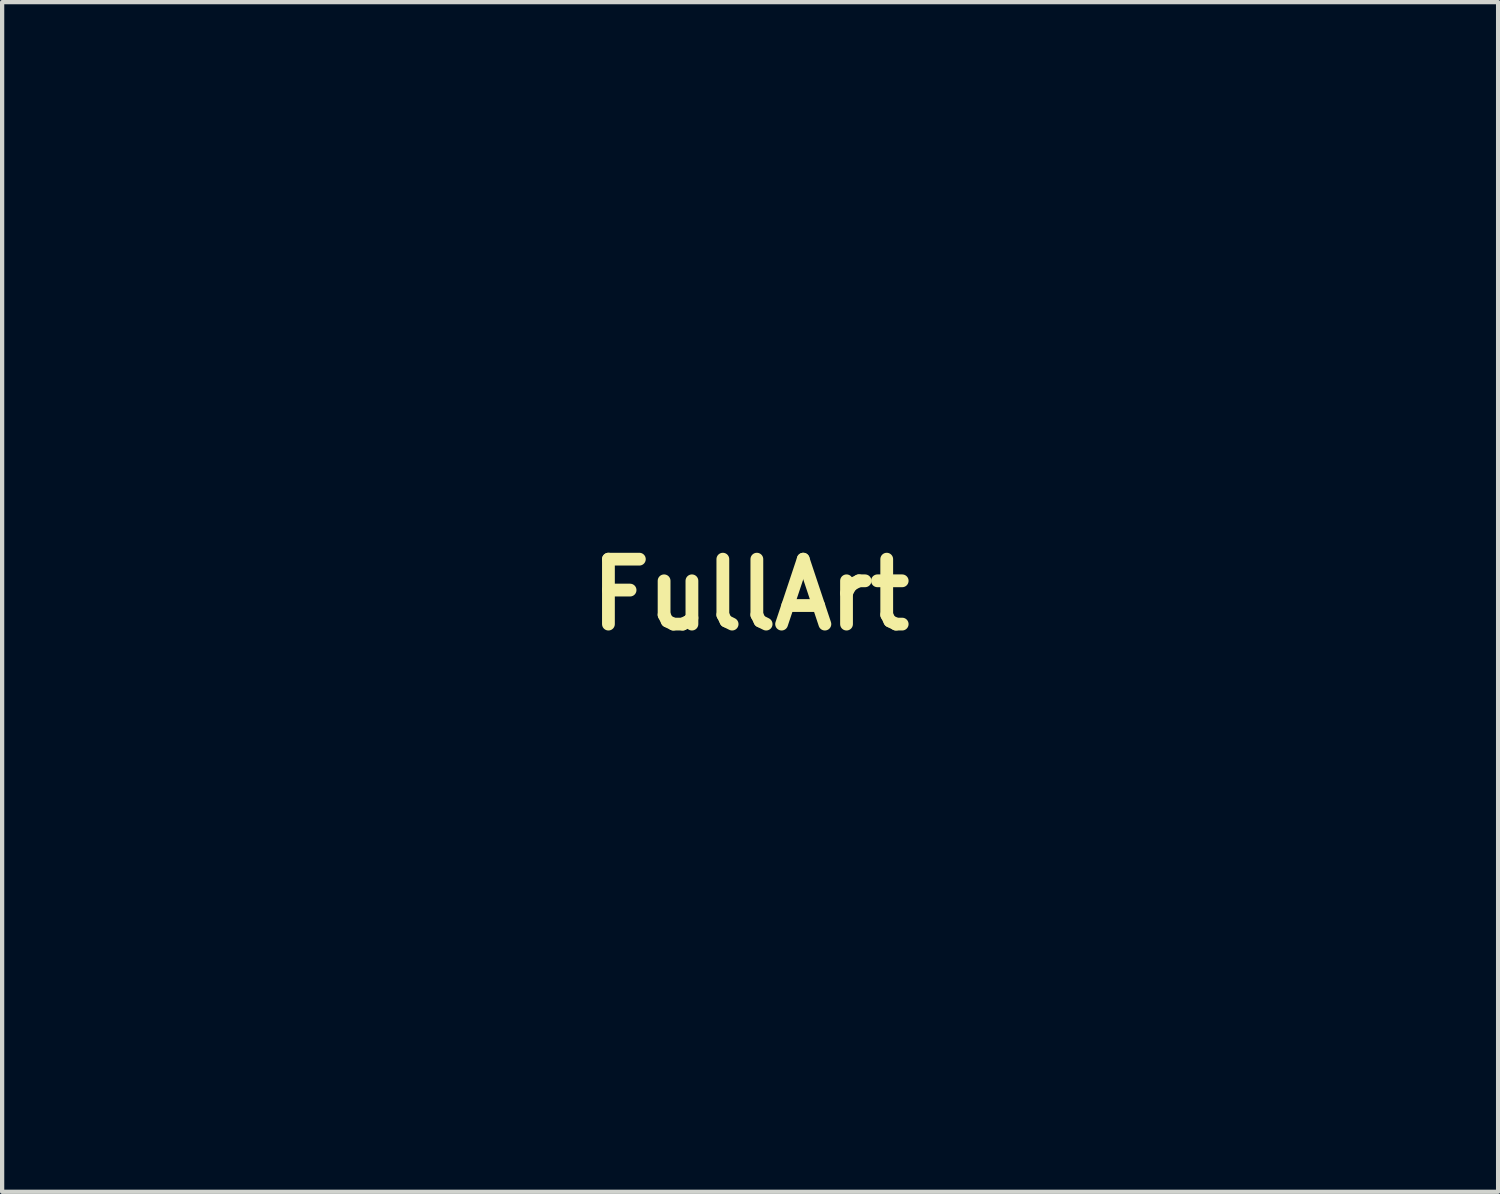
<source format=kicad_pcb>
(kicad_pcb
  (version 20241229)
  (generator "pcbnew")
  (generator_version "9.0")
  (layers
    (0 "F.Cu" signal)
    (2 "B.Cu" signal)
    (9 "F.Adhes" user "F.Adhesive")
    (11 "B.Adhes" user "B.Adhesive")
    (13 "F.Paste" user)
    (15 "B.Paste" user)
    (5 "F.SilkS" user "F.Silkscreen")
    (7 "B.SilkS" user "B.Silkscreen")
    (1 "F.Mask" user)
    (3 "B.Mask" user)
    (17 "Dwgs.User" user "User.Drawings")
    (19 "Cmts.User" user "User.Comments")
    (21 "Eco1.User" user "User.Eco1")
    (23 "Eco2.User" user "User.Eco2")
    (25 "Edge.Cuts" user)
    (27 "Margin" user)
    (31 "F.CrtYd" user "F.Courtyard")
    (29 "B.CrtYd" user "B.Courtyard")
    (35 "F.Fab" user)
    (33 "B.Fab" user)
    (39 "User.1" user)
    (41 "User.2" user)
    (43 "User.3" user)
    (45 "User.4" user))
  (footprint "FullArt"
    (layer "F.Cu")
    (at 14.568 10.908)
    (property "Reference" "FullArt" (at 0 0 0) (layer "F.SilkS") (effects (font (size 1.524 1.524) (thickness 0.3))))
    (attr through_hole)
    (fp_poly (pts (xy -2.244 -7.217) (xy -2.147 -7.125) (xy -2.122 -6.984) (xy -2.13 -6.946) (xy -2.216 -6.841) (xy -2.345 -6.81) (xy -2.44 -6.854) (xy -2.483 -6.969) (xy -2.463 -7.112) (xy -2.392 -7.213) (xy -2.376 -7.221)) (stroke (width 0) (type solid)) (fill yes) (layer "F.Mask"))
    (fp_poly (pts (xy 0.732 -8.797) (xy 0.921 -8.754) (xy 1.001 -8.668) (xy 0.987 -8.531) (xy 0.917 -8.426) (xy 0.793 -8.419) (xy 0.679 -8.417) (xy 0.631 -8.33) (xy 0.624 -8.282) (xy 0.558 -8.145) (xy 0.434 -8.092) (xy 0.298 -8.137) (xy 0.26 -8.174) (xy 0.213 -8.296) (xy 0.276 -8.382) (xy 0.382 -8.403) (xy 0.473 -8.441) (xy 0.517 -8.573) (xy 0.521 -8.61) (xy 0.547 -8.751) (xy 0.614 -8.8)) (stroke (width 0) (type solid)) (fill yes) (layer "F.Mask"))
    (fp_poly (pts (xy 0.44 1.564) (xy 0.497 1.698) (xy 0.497 1.841) (xy 0.476 1.985) (xy 0.42 2.055) (xy 0.291 2.082) (xy 0.21 2.088) (xy -0.058 2.108) (xy -0.077 2.502) (xy -0.09 2.718) (xy -0.114 2.838) (xy -0.165 2.892) (xy -0.259 2.912) (xy -0.292 2.916) (xy -0.475 2.897) (xy -0.57 2.837) (xy -0.625 2.702) (xy -0.57 2.597) (xy -0.42 2.547) (xy -0.388 2.546) (xy -0.199 2.546) (xy -0.211 2.054) (xy -0.223 1.562) (xy 0.064 1.521) (xy 0.301 1.509)) (stroke (width 0) (type solid)) (fill yes) (layer "F.Mask"))
    (fp_poly (pts (xy -11.044 -0.249) (xy -11.031 -0.033) (xy -11.093 0.093) (xy -11.248 0.15) (xy -11.41 0.159) (xy -11.672 0.159) (xy -11.657 0.548) (xy -11.658 0.8) (xy -11.691 0.959) (xy -11.746 1.042) (xy -11.915 1.136) (xy -12.098 1.11) (xy -12.221 1.02) (xy -12.31 0.878) (xy -12.277 0.762) (xy -12.127 0.68) (xy -12.051 0.662) (xy -11.829 0.62) (xy -11.874 0.111) (xy -11.893 -0.172) (xy -11.88 -0.352) (xy -11.817 -0.453) (xy -11.686 -0.497) (xy -11.471 -0.508) (xy -11.416 -0.508) (xy -11.088 -0.509)) (stroke (width 0) (type solid)) (fill yes) (layer "F.Mask"))
    (fp_poly (pts (xy -2.169 -5.257) (xy -2.176 -5.126) (xy -2.173 -4.948) (xy -2.12 -4.874) (xy -2.06 -4.794) (xy -2.037 -4.657) (xy -2.006 -4.504) (xy -1.903 -4.436) (xy -1.807 -4.387) (xy -1.819 -4.332) (xy -1.919 -4.286) (xy -2.089 -4.265) (xy -2.105 -4.265) (xy -2.267 -4.274) (xy -2.339 -4.316) (xy -2.355 -4.415) (xy -2.355 -4.424) (xy -2.372 -4.541) (xy -2.403 -4.576) (xy -2.475 -4.579) (xy -2.498 -4.634) (xy -2.473 -4.763) (xy -2.409 -4.965) (xy -2.322 -5.187) (xy -2.247 -5.313) (xy -2.193 -5.339)) (stroke (width 0) (type solid)) (fill yes) (layer "F.Mask"))
    (fp_poly (pts (xy 0.358 -10.429) (xy 0.39 -10.401) (xy 0.48 -10.274) (xy 0.504 -10.146) (xy 0.471 -10.047) (xy 0.391 -10.01) (xy 0.284 -10.06) (xy 0.206 -10.109) (xy 0.206 -10.059) (xy 0.283 -9.911) (xy 0.315 -9.858) (xy 0.394 -9.685) (xy 0.385 -9.557) (xy 0.376 -9.538) (xy 0.287 -9.434) (xy 0.19 -9.454) (xy 0.127 -9.517) (xy 0.081 -9.623) (xy 0.122 -9.702) (xy 0.151 -9.777) (xy 0.091 -9.861) (xy 0.003 -9.929) (xy -0.142 -10.054) (xy -0.173 -10.16) (xy -0.088 -10.27) (xy 0.043 -10.363) (xy 0.191 -10.451) (xy 0.281 -10.471)) (stroke (width 0) (type solid)) (fill yes) (layer "F.Mask"))
    (fp_poly (pts (xy -10.857 0.436) (xy -10.651 0.466) (xy -10.475 0.509) (xy -10.456 0.515) (xy -10.36 0.568) (xy -10.331 0.655) (xy -10.35 0.811) (xy -10.402 1.03) (xy -10.475 1.14) (xy -10.598 1.162) (xy -10.79 1.117) (xy -11.068 1.034) (xy -11.144 1.36) (xy -11.199 1.57) (xy -11.254 1.74) (xy -11.278 1.798) (xy -11.382 1.881) (xy -11.542 1.909) (xy -11.695 1.879) (xy -11.759 1.83) (xy -11.855 1.682) (xy -11.863 1.581) (xy -11.807 1.503) (xy -11.651 1.433) (xy -11.534 1.44) (xy -11.449 1.451) (xy -11.39 1.43) (xy -11.344 1.353) (xy -11.296 1.197) (xy -11.234 0.944) (xy -11.109 0.414)) (stroke (width 0) (type solid)) (fill yes) (layer "F.Mask"))
    (fp_poly (pts (xy 0.7 2.345) (xy 0.934 2.377) (xy 1.062 2.44) (xy 1.102 2.553) (xy 1.081 2.712) (xy 1.033 2.893) (xy 0.972 2.971) (xy 0.864 2.968) (xy 0.732 2.928) (xy 0.58 2.885) (xy 0.491 2.871) (xy 0.484 2.874) (xy 0.46 2.943) (xy 0.416 3.098) (xy 0.376 3.247) (xy 0.316 3.451) (xy 0.254 3.561) (xy 0.171 3.608) (xy 0.124 3.616) (xy -0.062 3.578) (xy -0.155 3.505) (xy -0.224 3.368) (xy -0.186 3.259) (xy -0.061 3.206) (xy 0.061 3.214) (xy 0.148 3.227) (xy 0.205 3.202) (xy 0.247 3.115) (xy 0.29 2.942) (xy 0.321 2.787) (xy 0.414 2.324)) (stroke (width 0) (type solid)) (fill yes) (layer "F.Mask"))
    (fp_poly (pts (xy -11.104 -5.774) (xy -10.88 -5.718) (xy -10.66 -5.645) (xy -10.484 -5.566) (xy -10.396 -5.5) (xy -10.359 -5.375) (xy -10.351 -5.177) (xy -10.37 -4.957) (xy -10.41 -4.764) (xy -10.457 -4.663) (xy -10.579 -4.597) (xy -10.76 -4.591) (xy -10.944 -4.645) (xy -10.954 -4.649) (xy -11.042 -4.751) (xy -11.077 -4.895) (xy -11.049 -5.023) (xy -11.013 -5.061) (xy -10.952 -5.142) (xy -10.988 -5.209) (xy -11.041 -5.22) (xy -11.102 -5.203) (xy -11.149 -5.139) (xy -11.189 -5.007) (xy -11.23 -4.783) (xy -11.262 -4.563) (xy -11.304 -4.33) (xy -11.353 -4.14) (xy -11.399 -4.038) (xy -11.517 -3.976) (xy -11.703 -3.953) (xy -11.901 -3.972) (xy -11.968 -3.992) (xy -12.161 -4.112) (xy -12.266 -4.278) (xy -12.272 -4.461) (xy -12.181 -4.616) (xy -12.049 -4.688) (xy -11.836 -4.703) (xy -11.783 -4.7) (xy -11.49 -4.679) (xy -11.49 -5.206) (xy -11.483 -5.5) (xy -11.458 -5.686) (xy -11.414 -5.778) (xy -11.402 -5.788) (xy -11.291 -5.801)) (stroke (width 0) (type solid)) (fill yes) (layer "F.Mask"))
    (fp_poly (pts (xy 11.63 -8.091) (xy 11.664 -8.081) (xy 11.939 -7.988) (xy 12.109 -7.895) (xy 12.194 -7.778) (xy 12.215 -7.611) (xy 12.202 -7.44) (xy 12.152 -7.175) (xy 12.071 -7.017) (xy 11.945 -6.947) (xy 11.86 -6.939) (xy 11.655 -6.98) (xy 11.512 -7.084) (xy 11.449 -7.225) (xy 11.485 -7.375) (xy 11.528 -7.428) (xy 11.561 -7.505) (xy 11.524 -7.543) (xy 11.469 -7.568) (xy 11.429 -7.55) (xy 11.397 -7.467) (xy 11.363 -7.298) (xy 11.322 -7.03) (xy 11.275 -6.776) (xy 11.218 -6.562) (xy 11.162 -6.428) (xy 11.152 -6.414) (xy 11.002 -6.325) (xy 10.792 -6.304) (xy 10.571 -6.35) (xy 10.417 -6.434) (xy 10.273 -6.603) (xy 10.242 -6.772) (xy 10.312 -6.92) (xy 10.472 -7.022) (xy 10.71 -7.058) (xy 10.747 -7.057) (xy 10.928 -7.053) (xy 11.021 -7.082) (xy 11.069 -7.163) (xy 11.084 -7.214) (xy 11.099 -7.402) (xy 11.072 -7.593) (xy 11.015 -7.868) (xy 11.035 -8.05) (xy 11.139 -8.143) (xy 11.335 -8.155)) (stroke (width 0) (type solid)) (fill yes) (layer "F.Mask"))
    (fp_poly (pts (xy 6.803 9.121) (xy 7.018 9.159) (xy 7.255 9.217) (xy 7.46 9.286) (xy 7.566 9.337) (xy 7.65 9.403) (xy 7.688 9.485) (xy 7.69 9.623) (xy 7.671 9.793) (xy 7.636 10.006) (xy 7.592 10.171) (xy 7.562 10.233) (xy 7.436 10.307) (xy 7.273 10.308) (xy 7.113 10.252) (xy 6.993 10.154) (xy 6.953 10.029) (xy 6.958 10.001) (xy 6.999 9.855) (xy 7.011 9.811) (xy 6.991 9.717) (xy 6.962 9.697) (xy 6.907 9.711) (xy 6.861 9.805) (xy 6.82 9.996) (xy 6.779 10.298) (xy 6.773 10.347) (xy 6.735 10.572) (xy 6.679 10.756) (xy 6.634 10.838) (xy 6.482 10.927) (xy 6.27 10.947) (xy 6.049 10.901) (xy 5.897 10.817) (xy 5.761 10.649) (xy 5.742 10.466) (xy 5.842 10.295) (xy 5.855 10.282) (xy 5.976 10.209) (xy 6.14 10.194) (xy 6.262 10.206) (xy 6.436 10.225) (xy 6.524 10.204) (xy 6.564 10.126) (xy 6.58 10.055) (xy 6.588 9.879) (xy 6.565 9.652) (xy 6.544 9.546) (xy 6.504 9.317) (xy 6.523 9.178) (xy 6.617 9.118)) (stroke (width 0) (type solid)) (fill yes) (layer "F.Mask"))
    (fp_poly (pts (xy 10.814 4.924) (xy 11.033 4.979) (xy 11.256 5.05) (xy 11.434 5.124) (xy 11.499 5.164) (xy 11.556 5.281) (xy 11.584 5.503) (xy 11.586 5.608) (xy 11.579 5.826) (xy 11.551 5.957) (xy 11.485 6.042) (xy 11.419 6.09) (xy 11.287 6.16) (xy 11.179 6.152) (xy 11.085 6.105) (xy 10.946 5.974) (xy 10.893 5.807) (xy 10.937 5.649) (xy 10.948 5.636) (xy 10.984 5.544) (xy 10.952 5.508) (xy 10.876 5.487) (xy 10.815 5.539) (xy 10.765 5.682) (xy 10.717 5.929) (xy 10.695 6.076) (xy 10.652 6.329) (xy 10.604 6.533) (xy 10.559 6.656) (xy 10.545 6.674) (xy 10.333 6.765) (xy 10.066 6.754) (xy 10.011 6.74) (xy 9.795 6.632) (xy 9.674 6.473) (xy 9.661 6.283) (xy 9.685 6.213) (xy 9.791 6.071) (xy 9.961 6.001) (xy 10.219 5.995) (xy 10.249 5.997) (xy 10.394 6.001) (xy 10.461 5.957) (xy 10.487 5.83) (xy 10.492 5.771) (xy 10.488 5.552) (xy 10.45 5.349) (xy 10.445 5.335) (xy 10.416 5.13) (xy 10.475 4.978) (xy 10.609 4.905) (xy 10.649 4.902)) (stroke (width 0) (type solid)) (fill yes) (layer "F.Mask"))
    (fp_poly (pts (xy -2.375 4.285) (xy -2.164 4.336) (xy -2.121 4.347) (xy -1.894 4.413) (xy -1.71 4.479) (xy -1.613 4.529) (xy -1.559 4.639) (xy -1.532 4.826) (xy -1.533 5.043) (xy -1.56 5.243) (xy -1.612 5.375) (xy -1.751 5.469) (xy -1.938 5.481) (xy -2.121 5.412) (xy -2.167 5.377) (xy -2.277 5.233) (xy -2.264 5.105) (xy -2.193 5.027) (xy -2.131 4.951) (xy -2.177 4.892) (xy -2.252 4.854) (xy -2.305 4.866) (xy -2.345 4.947) (xy -2.381 5.117) (xy -2.423 5.382) (xy -2.468 5.639) (xy -2.516 5.854) (xy -2.56 5.989) (xy -2.573 6.012) (xy -2.734 6.118) (xy -2.959 6.134) (xy -3.078 6.109) (xy -3.321 5.998) (xy -3.459 5.848) (xy -3.486 5.676) (xy -3.395 5.498) (xy -3.366 5.467) (xy -3.253 5.382) (xy -3.115 5.356) (xy -2.953 5.37) (xy -2.779 5.388) (xy -2.69 5.366) (xy -2.647 5.29) (xy -2.633 5.24) (xy -2.624 5.079) (xy -2.649 4.863) (xy -2.672 4.758) (xy -2.715 4.563) (xy -2.716 4.447) (xy -2.673 4.366) (xy -2.648 4.34) (xy -2.583 4.287) (xy -2.503 4.269)) (stroke (width 0) (type solid)) (fill yes) (layer "F.Mask"))
    (fp_poly (pts (xy 1.913 -1.973) (xy 2.144 -1.906) (xy 2.356 -1.822) (xy 2.513 -1.735) (xy 2.573 -1.667) (xy 2.584 -1.543) (xy 2.573 -1.35) (xy 2.56 -1.244) (xy 2.513 -1.03) (xy 2.438 -0.901) (xy 2.346 -0.834) (xy 2.214 -0.776) (xy 2.106 -0.794) (xy 2.013 -0.849) (xy 1.889 -0.982) (xy 1.847 -1.138) (xy 1.891 -1.276) (xy 1.949 -1.324) (xy 2.016 -1.375) (xy 1.966 -1.414) (xy 1.938 -1.425) (xy 1.845 -1.437) (xy 1.779 -1.379) (xy 1.731 -1.235) (xy 1.693 -0.986) (xy 1.68 -0.863) (xy 1.642 -0.591) (xy 1.586 -0.411) (xy 1.5 -0.285) (xy 1.489 -0.274) (xy 1.363 -0.17) (xy 1.238 -0.141) (xy 1.054 -0.173) (xy 1.053 -0.174) (xy 0.815 -0.277) (xy 0.671 -0.434) (xy 0.637 -0.579) (xy 0.69 -0.77) (xy 0.84 -0.892) (xy 1.066 -0.936) (xy 1.207 -0.923) (xy 1.371 -0.901) (xy 1.445 -0.923) (xy 1.468 -1.014) (xy 1.472 -1.093) (xy 1.474 -1.254) (xy 1.47 -1.356) (xy 1.47 -1.359) (xy 1.423 -1.64) (xy 1.408 -1.822) (xy 1.425 -1.928) (xy 1.48 -1.984) (xy 1.549 -2.008) (xy 1.702 -2.011)) (stroke (width 0) (type solid)) (fill yes) (layer "F.Mask"))
    (fp_poly (pts (xy 5.964 4.925) (xy 6.177 4.977) (xy 6.222 4.989) (xy 6.45 5.056) (xy 6.633 5.121) (xy 6.732 5.17) (xy 6.793 5.289) (xy 6.816 5.483) (xy 6.804 5.705) (xy 6.76 5.908) (xy 6.685 6.047) (xy 6.684 6.048) (xy 6.566 6.147) (xy 6.456 6.168) (xy 6.295 6.12) (xy 6.283 6.116) (xy 6.124 6.006) (xy 6.08 5.85) (xy 6.139 5.694) (xy 6.199 5.586) (xy 6.18 5.533) (xy 6.136 5.512) (xy 6.039 5.479) (xy 6.017 5.475) (xy 6 5.533) (xy 5.971 5.689) (xy 5.936 5.915) (xy 5.919 6.032) (xy 5.852 6.39) (xy 5.763 6.632) (xy 5.642 6.767) (xy 5.48 6.805) (xy 5.266 6.757) (xy 5.221 6.74) (xy 4.982 6.608) (xy 4.863 6.452) (xy 4.868 6.278) (xy 4.973 6.117) (xy 5.081 6.026) (xy 5.205 5.997) (xy 5.385 6.013) (xy 5.558 6.033) (xy 5.647 6.013) (xy 5.69 5.936) (xy 5.705 5.882) (xy 5.715 5.718) (xy 5.69 5.499) (xy 5.668 5.395) (xy 5.624 5.2) (xy 5.623 5.083) (xy 5.666 5.003) (xy 5.69 4.978) (xy 5.754 4.926) (xy 5.835 4.909)) (stroke (width 0) (type solid)) (fill yes) (layer "F.Mask"))
    (fp_poly (pts (xy 14.09 6.623) (xy 14.124 6.706) (xy 14.163 6.877) (xy 14.195 7.09) (xy 14.272 7.457) (xy 14.398 7.768) (xy 14.412 7.793) (xy 14.503 7.979) (xy 14.542 8.129) (xy 14.538 8.178) (xy 14.433 8.303) (xy 14.256 8.398) (xy 14.061 8.438) (xy 13.972 8.429) (xy 13.804 8.338) (xy 13.726 8.196) (xy 13.74 8.042) (xy 13.844 7.912) (xy 13.967 7.858) (xy 14.116 7.82) (xy 14.004 7.459) (xy 13.936 7.267) (xy 13.873 7.137) (xy 13.837 7.1) (xy 13.751 7.122) (xy 13.588 7.176) (xy 13.454 7.224) (xy 13.125 7.347) (xy 13.407 7.908) (xy 13.69 8.47) (xy 13.532 8.627) (xy 13.354 8.741) (xy 13.147 8.786) (xy 12.957 8.756) (xy 12.855 8.684) (xy 12.81 8.559) (xy 12.88 8.421) (xy 13.068 8.259) (xy 13.095 8.24) (xy 13.287 8.109) (xy 13.106 7.751) (xy 13.002 7.558) (xy 12.911 7.412) (xy 12.86 7.353) (xy 12.809 7.264) (xy 12.795 7.166) (xy 12.809 7.095) (xy 12.865 7.032) (xy 12.983 6.965) (xy 13.186 6.882) (xy 13.416 6.798) (xy 13.679 6.71) (xy 13.897 6.648) (xy 14.044 6.619)) (stroke (width 0) (type solid)) (fill yes) (layer "F.Mask"))
    (fp_poly (pts (xy 6.276 -5.644) (xy 6.484 -5.593) (xy 6.541 -5.578) (xy 6.82 -5.498) (xy 6.996 -5.424) (xy 7.09 -5.334) (xy 7.122 -5.204) (xy 7.113 -5.012) (xy 7.108 -4.967) (xy 7.048 -4.675) (xy 6.939 -4.499) (xy 6.779 -4.437) (xy 6.621 -4.465) (xy 6.477 -4.546) (xy 6.399 -4.643) (xy 6.388 -4.793) (xy 6.436 -4.918) (xy 6.516 -4.966) (xy 6.53 -4.991) (xy 6.475 -5.042) (xy 6.393 -5.084) (xy 6.356 -5.092) (xy 6.326 -5.034) (xy 6.288 -4.882) (xy 6.247 -4.666) (xy 6.241 -4.631) (xy 6.202 -4.383) (xy 6.166 -4.17) (xy 6.141 -4.036) (xy 6.141 -4.033) (xy 6.055 -3.905) (xy 5.888 -3.825) (xy 5.679 -3.808) (xy 5.579 -3.826) (xy 5.339 -3.932) (xy 5.2 -4.079) (xy 5.171 -4.251) (xy 5.259 -4.429) (xy 5.291 -4.464) (xy 5.406 -4.55) (xy 5.546 -4.575) (xy 5.7 -4.561) (xy 5.872 -4.543) (xy 5.959 -4.566) (xy 6.001 -4.65) (xy 6.018 -4.719) (xy 6.027 -4.904) (xy 5.998 -5.129) (xy 5.981 -5.199) (xy 5.937 -5.383) (xy 5.941 -5.493) (xy 5.993 -5.575) (xy 6.006 -5.588) (xy 6.071 -5.64) (xy 6.15 -5.659)) (stroke (width 0) (type solid)) (fill yes) (layer "F.Mask"))
    (fp_poly (pts (xy -1.564 8.804) (xy -1.364 8.851) (xy -1.289 8.871) (xy -1.061 8.943) (xy -0.876 9.022) (xy -0.776 9.091) (xy -0.725 9.242) (xy -0.724 9.456) (xy -0.766 9.683) (xy -0.843 9.873) (xy -0.903 9.947) (xy -1.052 10.042) (xy -1.189 10.036) (xy -1.323 9.959) (xy -1.443 9.814) (xy -1.447 9.648) (xy -1.37 9.528) (xy -1.31 9.45) (xy -1.353 9.405) (xy -1.379 9.394) (xy -1.482 9.375) (xy -1.511 9.384) (xy -1.533 9.456) (xy -1.566 9.623) (xy -1.605 9.855) (xy -1.621 9.961) (xy -1.66 10.209) (xy -1.695 10.404) (xy -1.72 10.515) (xy -1.726 10.529) (xy -1.821 10.588) (xy -1.955 10.651) (xy -2.063 10.69) (xy -2.081 10.692) (xy -2.169 10.667) (xy -2.319 10.609) (xy -2.353 10.594) (xy -2.549 10.488) (xy -2.646 10.367) (xy -2.673 10.203) (xy -2.617 10.043) (xy -2.468 9.932) (xy -2.255 9.887) (xy -2.112 9.897) (xy -1.951 9.917) (xy -1.872 9.889) (xy -1.834 9.79) (xy -1.824 9.741) (xy -1.816 9.554) (xy -1.845 9.327) (xy -1.86 9.259) (xy -1.902 9.075) (xy -1.896 8.964) (xy -1.84 8.879) (xy -1.828 8.867) (xy -1.762 8.812) (xy -1.686 8.791)) (stroke (width 0) (type solid)) (fill yes) (layer "F.Mask"))
    (fp_poly (pts (xy 11.092 8.84) (xy 11.099 8.846) (xy 11.139 8.938) (xy 11.18 9.117) (xy 11.214 9.336) (xy 11.302 9.744) (xy 11.426 10.004) (xy 11.538 10.188) (xy 11.576 10.311) (xy 11.542 10.41) (xy 11.459 10.504) (xy 11.292 10.609) (xy 11.102 10.641) (xy 10.926 10.606) (xy 10.8 10.511) (xy 10.758 10.382) (xy 10.803 10.187) (xy 10.925 10.076) (xy 11.022 10.058) (xy 11.083 10.049) (xy 11.103 10) (xy 11.082 9.883) (xy 11.038 9.724) (xy 10.966 9.474) (xy 10.918 9.326) (xy 10.884 9.257) (xy 10.851 9.248) (xy 10.809 9.275) (xy 10.805 9.278) (xy 10.702 9.336) (xy 10.528 9.413) (xy 10.429 9.451) (xy 10.131 9.563) (xy 10.406 10.11) (xy 10.521 10.354) (xy 10.606 10.562) (xy 10.647 10.703) (xy 10.648 10.742) (xy 10.557 10.844) (xy 10.391 10.939) (xy 10.202 11.001) (xy 10.101 11.013) (xy 9.947 10.975) (xy 9.866 10.916) (xy 9.822 10.777) (xy 9.882 10.621) (xy 10.03 10.48) (xy 10.098 10.441) (xy 10.23 10.374) (xy 10.3 10.337) (xy 10.302 10.337) (xy 10.292 10.276) (xy 10.23 10.144) (xy 10.135 9.972) (xy 10.026 9.797) (xy 9.955 9.696) (xy 9.844 9.531) (xy 9.803 9.405) (xy 9.844 9.301) (xy 9.977 9.203) (xy 10.214 9.095) (xy 10.42 9.015) (xy 10.756 8.897) (xy 10.98 8.839)) (stroke (width 0) (type solid)) (fill yes) (layer "F.Mask"))
    (fp_poly (pts (xy -13.239 -3.123) (xy -13.188 -2.947) (xy -13.175 -2.748) (xy -13.141 -2.479) (xy -13.057 -2.203) (xy -12.943 -1.976) (xy -12.897 -1.916) (xy -12.816 -1.79) (xy -12.795 -1.709) (xy -12.848 -1.581) (xy -12.976 -1.451) (xy -13.133 -1.359) (xy -13.233 -1.337) (xy -13.446 -1.379) (xy -13.581 -1.485) (xy -13.627 -1.628) (xy -13.573 -1.779) (xy -13.442 -1.892) (xy -13.261 -1.996) (xy -13.36 -2.368) (xy -13.417 -2.56) (xy -13.467 -2.687) (xy -13.494 -2.721) (xy -13.567 -2.691) (xy -13.722 -2.631) (xy -13.862 -2.578) (xy -14.044 -2.502) (xy -14.166 -2.435) (xy -14.196 -2.403) (xy -14.169 -2.327) (xy -14.097 -2.166) (xy -13.993 -1.951) (xy -13.942 -1.848) (xy -13.832 -1.611) (xy -13.755 -1.411) (xy -13.722 -1.277) (xy -13.724 -1.249) (xy -13.802 -1.161) (xy -13.947 -1.068) (xy -13.972 -1.055) (xy -14.13 -0.986) (xy -14.24 -0.968) (xy -14.367 -0.99) (xy -14.397 -0.998) (xy -14.512 -1.077) (xy -14.541 -1.207) (xy -14.496 -1.355) (xy -14.386 -1.486) (xy -14.227 -1.566) (xy -14.108 -1.616) (xy -14.069 -1.667) (xy -14.1 -1.757) (xy -14.179 -1.916) (xy -14.285 -2.105) (xy -14.395 -2.285) (xy -14.489 -2.419) (xy -14.499 -2.43) (xy -14.568 -2.545) (xy -14.555 -2.647) (xy -14.45 -2.746) (xy -14.242 -2.855) (xy -13.973 -2.964) (xy -13.718 -3.057) (xy -13.505 -3.131) (xy -13.364 -3.174) (xy -13.327 -3.182)) (stroke (width 0) (type solid)) (fill yes) (layer "F.Mask"))
    (fp_poly (pts (xy 2.577 6.134) (xy 2.625 6.208) (xy 2.676 6.375) (xy 2.721 6.6) (xy 2.725 6.622) (xy 2.816 7.021) (xy 2.953 7.322) (xy 2.958 7.328) (xy 3.064 7.54) (xy 3.058 7.7) (xy 2.934 7.827) (xy 2.795 7.896) (xy 2.633 7.946) (xy 2.504 7.926) (xy 2.427 7.887) (xy 2.3 7.786) (xy 2.241 7.689) (xy 2.27 7.568) (xy 2.372 7.432) (xy 2.505 7.328) (xy 2.547 7.31) (xy 2.585 7.266) (xy 2.581 7.158) (xy 2.533 6.961) (xy 2.52 6.916) (xy 2.457 6.726) (xy 2.401 6.6) (xy 2.368 6.569) (xy 2.287 6.601) (xy 2.129 6.663) (xy 2.005 6.711) (xy 1.824 6.782) (xy 1.7 6.833) (xy 1.667 6.848) (xy 1.685 6.907) (xy 1.749 7.053) (xy 1.848 7.26) (xy 1.906 7.376) (xy 2.021 7.615) (xy 2.11 7.817) (xy 2.159 7.951) (xy 2.164 7.98) (xy 2.108 8.091) (xy 1.965 8.185) (xy 1.777 8.253) (xy 1.585 8.281) (xy 1.43 8.259) (xy 1.366 8.208) (xy 1.342 8.061) (xy 1.414 7.898) (xy 1.56 7.758) (xy 1.625 7.721) (xy 1.845 7.616) (xy 1.648 7.266) (xy 1.529 7.066) (xy 1.422 6.904) (xy 1.362 6.827) (xy 1.285 6.723) (xy 1.289 6.63) (xy 1.383 6.538) (xy 1.578 6.438) (xy 1.885 6.319) (xy 1.934 6.301) (xy 2.188 6.218) (xy 2.401 6.158) (xy 2.542 6.132)) (stroke (width 0) (type solid)) (fill yes) (layer "F.Mask"))
    (fp_poly (pts (xy 11.591 0.107) (xy 11.627 0.194) (xy 11.669 0.37) (xy 11.707 0.596) (xy 11.708 0.597) (xy 11.793 0.977) (xy 11.927 1.27) (xy 11.932 1.279) (xy 12.03 1.437) (xy 12.088 1.552) (xy 12.095 1.579) (xy 12.041 1.687) (xy 11.908 1.798) (xy 11.741 1.882) (xy 11.602 1.91) (xy 11.431 1.876) (xy 11.283 1.792) (xy 11.207 1.687) (xy 11.204 1.665) (xy 11.247 1.557) (xy 11.344 1.434) (xy 11.452 1.349) (xy 11.494 1.337) (xy 11.557 1.323) (xy 11.58 1.265) (xy 11.563 1.139) (xy 11.506 0.922) (xy 11.487 0.858) (xy 11.389 0.519) (xy 11.121 0.633) (xy 10.932 0.712) (xy 10.777 0.773) (xy 10.741 0.786) (xy 10.693 0.815) (xy 10.683 0.873) (xy 10.717 0.983) (xy 10.802 1.168) (xy 10.884 1.334) (xy 10.999 1.572) (xy 11.087 1.774) (xy 11.135 1.907) (xy 11.14 1.936) (xy 11.087 2.048) (xy 10.959 2.167) (xy 10.799 2.259) (xy 10.666 2.292) (xy 10.5 2.254) (xy 10.414 2.208) (xy 10.326 2.084) (xy 10.357 1.939) (xy 10.502 1.782) (xy 10.584 1.724) (xy 10.822 1.57) (xy 10.653 1.279) (xy 10.531 1.078) (xy 10.413 0.899) (xy 10.367 0.836) (xy 10.29 0.679) (xy 10.304 0.59) (xy 10.385 0.526) (xy 10.55 0.44) (xy 10.769 0.345) (xy 11.011 0.252) (xy 11.245 0.172) (xy 11.44 0.117) (xy 11.565 0.1)) (stroke (width 0) (type solid)) (fill yes) (layer "F.Mask"))
    (fp_poly (pts (xy 13.85 2.506) (xy 13.894 2.587) (xy 13.93 2.749) (xy 13.966 3.014) (xy 13.972 3.069) (xy 14.043 3.394) (xy 14.166 3.658) (xy 14.168 3.661) (xy 14.264 3.82) (xy 14.319 3.944) (xy 14.323 3.97) (xy 14.271 4.089) (xy 14.145 4.213) (xy 13.991 4.304) (xy 13.885 4.329) (xy 13.673 4.287) (xy 13.538 4.18) (xy 13.492 4.037) (xy 13.545 3.886) (xy 13.677 3.773) (xy 13.858 3.669) (xy 13.759 3.298) (xy 13.701 3.106) (xy 13.652 2.978) (xy 13.625 2.945) (xy 13.551 2.975) (xy 13.397 3.035) (xy 13.257 3.088) (xy 13.075 3.164) (xy 12.953 3.231) (xy 12.923 3.263) (xy 12.95 3.339) (xy 13.022 3.499) (xy 13.125 3.715) (xy 13.177 3.818) (xy 13.287 4.054) (xy 13.364 4.255) (xy 13.397 4.388) (xy 13.395 4.416) (xy 13.317 4.5) (xy 13.17 4.596) (xy 13.006 4.676) (xy 12.875 4.711) (xy 12.872 4.711) (xy 12.782 4.674) (xy 12.663 4.592) (xy 12.565 4.501) (xy 12.557 4.423) (xy 12.624 4.306) (xy 12.754 4.172) (xy 12.892 4.1) (xy 13.011 4.047) (xy 13.05 3.993) (xy 13.018 3.899) (xy 12.938 3.738) (xy 12.831 3.548) (xy 12.719 3.368) (xy 12.624 3.238) (xy 12.622 3.235) (xy 12.552 3.121) (xy 12.563 3.02) (xy 12.668 2.92) (xy 12.876 2.811) (xy 13.146 2.702) (xy 13.401 2.608) (xy 13.615 2.535) (xy 13.757 2.491) (xy 13.794 2.484)) (stroke (width 0) (type solid)) (fill yes) (layer "F.Mask"))
    (fp_poly (pts (xy -2.226 -1.932) (xy -2.22 -1.927) (xy -2.18 -1.836) (xy -2.136 -1.657) (xy -2.096 -1.429) (xy -2.095 -1.426) (xy -2.012 -1.052) (xy -1.885 -0.774) (xy -1.876 -0.761) (xy -1.761 -0.578) (xy -1.73 -0.453) (xy -1.784 -0.35) (xy -1.887 -0.259) (xy -2.111 -0.144) (xy -2.33 -0.155) (xy -2.489 -0.247) (xy -2.589 -0.349) (xy -2.594 -0.451) (xy -2.564 -0.528) (xy -2.463 -0.664) (xy -2.359 -0.731) (xy -2.271 -0.771) (xy -2.236 -0.838) (xy -2.249 -0.965) (xy -2.302 -1.17) (xy -2.37 -1.379) (xy -2.44 -1.479) (xy -2.54 -1.487) (xy -2.702 -1.419) (xy -2.727 -1.406) (xy -2.906 -1.325) (xy -3.049 -1.278) (xy -3.085 -1.273) (xy -3.172 -1.264) (xy -3.183 -1.257) (xy -3.157 -1.196) (xy -3.086 -1.049) (xy -2.984 -0.84) (xy -2.93 -0.731) (xy -2.816 -0.491) (xy -2.728 -0.284) (xy -2.68 -0.143) (xy -2.675 -0.113) (xy -2.73 0.017) (xy -2.872 0.126) (xy -3.062 0.197) (xy -3.258 0.212) (xy -3.358 0.188) (xy -3.469 0.1) (xy -3.501 0.013) (xy -3.45 -0.121) (xy -3.321 -0.265) (xy -3.156 -0.38) (xy -3.099 -0.404) (xy -3.043 -0.435) (xy -3.032 -0.492) (xy -3.072 -0.601) (xy -3.169 -0.791) (xy -3.188 -0.827) (xy -3.298 -1.019) (xy -3.392 -1.156) (xy -3.45 -1.21) (xy -3.451 -1.21) (xy -3.487 -1.264) (xy -3.49 -1.383) (xy -3.469 -1.467) (xy -3.415 -1.536) (xy -3.305 -1.603) (xy -3.116 -1.684) (xy -2.876 -1.774) (xy -2.552 -1.883) (xy -2.334 -1.936)) (stroke (width 0) (type solid)) (fill yes) (layer "F.Mask"))
    (fp_poly (pts (xy 2.568 -10.894) (xy 2.625 -10.839) (xy 2.738 -10.685) (xy 2.885 -10.442) (xy 3.052 -10.141) (xy 3.223 -9.811) (xy 3.383 -9.481) (xy 3.518 -9.181) (xy 3.612 -8.939) (xy 3.626 -8.896) (xy 3.72 -8.59) (xy 3.829 -8.241) (xy 3.924 -7.945) (xy 4.005 -7.678) (xy 4.036 -7.49) (xy 4.008 -7.341) (xy 3.91 -7.193) (xy 3.732 -7.007) (xy 3.662 -6.939) (xy 3.479 -6.732) (xy 3.344 -6.504) (xy 3.251 -6.231) (xy 3.191 -5.889) (xy 3.16 -5.456) (xy 3.152 -5.228) (xy 3.095 -4.336) (xy 2.963 -3.488) (xy 2.956 -3.454) (xy 2.921 -3.347) (xy 2.868 -3.309) (xy 2.792 -3.346) (xy 2.684 -3.466) (xy 2.538 -3.677) (xy 2.347 -3.986) (xy 2.118 -4.377) (xy 2.02 -4.533) (xy 1.944 -4.63) (xy 1.92 -4.645) (xy 1.856 -4.595) (xy 1.75 -4.469) (xy 1.624 -4.3) (xy 1.503 -4.121) (xy 1.412 -3.965) (xy 1.396 -3.931) (xy 1.319 -3.807) (xy 1.249 -3.756) (xy 1.172 -3.8) (xy 1.047 -3.914) (xy 0.957 -4.011) (xy 0.732 -4.266) (xy 0.368 -4.098) (xy 0.215 -4.023) (xy 0.096 -3.943) (xy 0.000372 -3.84) (xy -0.084 -3.694) (xy -0.167 -3.486) (xy -0.26 -3.194) (xy -0.375 -2.801) (xy -0.383 -2.776) (xy -0.46 -2.525) (xy -0.533 -2.325) (xy -0.59 -2.205) (xy -0.61 -2.184) (xy -0.672 -2.223) (xy -0.774 -2.346) (xy -0.88 -2.506) (xy -1.031 -2.736) (xy -1.196 -2.963) (xy -1.357 -3.161) (xy -1.493 -3.305) (xy -1.583 -3.372) (xy -1.594 -3.374) (xy -1.67 -3.34) (xy -1.818 -3.25) (xy -2.007 -3.124) (xy -2.013 -3.119) (xy -2.201 -2.992) (xy -2.349 -2.901) (xy -2.426 -2.865) (xy -2.427 -2.865) (xy -2.468 -2.921) (xy -2.506 -3.06) (xy -2.514 -3.103) (xy -2.543 -3.244) (xy -2.6 -3.48) (xy -2.679 -3.788) (xy -2.774 -4.139) (xy -2.847 -4.408) (xy -3.144 -5.473) (xy -3.498 -5.571) (xy -3.956 -5.711) (xy -4.31 -5.849) (xy -4.571 -5.985) (xy -4.781 -6.113) (xy -4.697 -6.207) (xy -4.431 -6.207) (xy -4.424 -6.175) (xy -4.332 -6.117) (xy -4.289 -6.111) (xy -4.227 -6.143) (xy -4.233 -6.175) (xy -4.325 -6.233) (xy -4.368 -6.239) (xy -4.431 -6.207) (xy -4.697 -6.207) (xy -4.512 -6.413) (xy -4.134 -6.413) (xy -4.119 -6.36) (xy -4.066 -6.315) (xy -3.971 -6.188) (xy -3.96 -6.093) (xy -3.955 -6.019) (xy -3.899 -5.963) (xy -3.768 -5.911) (xy -3.537 -5.849) (xy -3.533 -5.848) (xy -3.239 -5.778) (xy -2.93 -5.709) (xy -2.718 -5.665) (xy -2.497 -5.605) (xy -2.389 -5.542) (xy -2.394 -5.487) (xy -2.517 -5.451) (xy -2.665 -5.443) (xy -2.833 -5.429) (xy -2.912 -5.391) (xy -2.914 -5.375) (xy -2.865 -5.2) (xy -2.792 -4.956) (xy -2.702 -4.665) (xy -2.603 -4.351) (xy -2.502 -4.038) (xy -2.407 -3.748) (xy -2.325 -3.504) (xy -2.264 -3.331) (xy -2.231 -3.252) (xy -2.229 -3.249) (xy -2.163 -3.287) (xy -2.042 -3.378) (xy -2.009 -3.404) (xy -1.822 -3.557) (xy -1.977 -3.683) (xy -2.084 -3.791) (xy -2.084 -3.847) (xy -1.992 -3.848) (xy -1.82 -3.788) (xy -1.755 -3.758) (xy -1.53 -3.613) (xy -1.277 -3.392) (xy -1.031 -3.132) (xy -0.829 -2.869) (xy -0.782 -2.795) (xy -0.676 -2.615) (xy -0.527 -3.13) (xy -0.422 -3.453) (xy -0.292 -3.805) (xy -0.164 -4.11) (xy -0.164 -4.11) (xy 0.083 -4.59) (xy 0.353 -5.018) (xy 0.622 -5.359) (xy 0.626 -5.363) (xy 0.77 -5.504) (xy 0.848 -5.545) (xy 0.861 -5.493) (xy 0.811 -5.356) (xy 0.7 -5.142) (xy 0.53 -4.857) (xy 0.482 -4.781) (xy 0.35 -4.572) (xy 0.249 -4.408) (xy 0.196 -4.314) (xy 0.191 -4.303) (xy 0.246 -4.318) (xy 0.337 -4.354) (xy 0.961 -4.354) (xy 0.981 -4.3) (xy 1.05 -4.202) (xy 1.131 -4.111) (xy 1.181 -4.074) (xy 1.22 -4.123) (xy 1.298 -4.246) (xy 1.331 -4.301) (xy 1.414 -4.447) (xy 1.46 -4.54) (xy 1.464 -4.552) (xy 1.414 -4.545) (xy 1.292 -4.503) (xy 1.146 -4.445) (xy 1.019 -4.389) (xy 0.961 -4.354) (xy 0.337 -4.354) (xy 0.396 -4.378) (xy 0.623 -4.473) (xy 0.905 -4.595) (xy 1.054 -4.66) (xy 1.533 -4.863) (xy 1.905 -5.001) (xy 2.175 -5.074) (xy 2.344 -5.084) (xy 2.416 -5.031) (xy 2.419 -5.007) (xy 2.365 -4.916) (xy 2.26 -4.864) (xy 2.141 -4.824) (xy 2.101 -4.794) (xy 2.135 -4.726) (xy 2.223 -4.587) (xy 2.345 -4.409) (xy 2.479 -4.22) (xy 2.605 -4.05) (xy 2.701 -3.928) (xy 2.745 -3.885) (xy 2.771 -3.943) (xy 2.802 -4.099) (xy 2.834 -4.324) (xy 2.864 -4.59) (xy 2.89 -4.869) (xy 2.909 -5.13) (xy 2.917 -5.346) (xy 2.912 -5.488) (xy 2.911 -5.494) (xy 2.864 -5.659) (xy 2.771 -5.904) (xy 2.644 -6.199) (xy 2.496 -6.512) (xy 2.433 -6.636) (xy 2.435 -6.687) (xy 2.51 -6.676) (xy 2.625 -6.614) (xy 2.744 -6.519) (xy 2.916 -6.354) (xy 2.962 -6.5) (xy 3.029 -6.61) (xy 3.165 -6.774) (xy 3.345 -6.96) (xy 3.391 -7.004) (xy 3.774 -7.363) (xy 3.691 -7.802) (xy 3.646 -8.025) (xy 3.612 -8.138) (xy 3.581 -8.157) (xy 3.545 -8.099) (xy 3.455 -7.978) (xy 3.355 -7.982) (xy 3.249 -8.112) (xy 3.244 -8.121) (xy 3.179 -8.227) (xy 3.14 -8.227) (xy 3.116 -8.17) (xy 3.081 -8.107) (xy 3.035 -8.141) (xy 2.978 -8.24) (xy 2.881 -8.425) (xy 2.77 -8.191) (xy 2.674 -8.025) (xy 2.598 -7.962) (xy 2.553 -8.008) (xy 2.546 -8.08) (xy 2.532 -8.257) (xy 2.476 -8.329) (xy 2.362 -8.301) (xy 2.194 -8.191) (xy 2.025 -8.052) (xy 1.911 -7.9) (xy 1.82 -7.689) (xy 1.785 -7.585) (xy 1.711 -7.353) (xy 1.672 -7.217) (xy 1.667 -7.151) (xy 1.693 -7.131) (xy 1.749 -7.13) (xy 1.751 -7.13) (xy 1.836 -7.115) (xy 1.846 -7.103) (xy 1.866 -7.029) (xy 1.886 -6.972) (xy 1.891 -6.932) (xy 1.858 -6.904) (xy 1.769 -6.887) (xy 1.606 -6.878) (xy 1.353 -6.876) (xy 0.992 -6.88) (xy 0.962 -6.88) (xy 0.572 -6.883) (xy 0.289 -6.878) (xy 0.095 -6.865) (xy -0.029 -6.841) (xy -0.104 -6.805) (xy -0.113 -6.798) (xy -0.251 -6.703) (xy -0.331 -6.665) (xy -0.393 -6.615) (xy -0.432 -6.499) (xy -0.454 -6.292) (xy -0.459 -6.194) (xy -0.477 -5.761) (xy -0.764 -5.774) (xy -0.975 -5.791) (xy -1.154 -5.815) (xy -1.194 -5.823) (xy -1.318 -5.874) (xy -1.328 -5.924) (xy -1.235 -5.965) (xy -1.051 -5.984) (xy -1.019 -5.984) (xy -0.7 -5.984) (xy -0.7 -6.321) (xy -0.705 -6.519) (xy -0.734 -6.63) (xy -0.807 -6.692) (xy -0.914 -6.736) (xy -1.169 -6.875) (xy -1.322 -7.082) (xy -1.382 -7.312) (xy -1.389 -7.497) (xy -1.137 -7.497) (xy -1.134 -7.37) (xy -1.108 -7.193) (xy -1.05 -7.102) (xy -0.955 -7.063) (xy -0.684 -7.039) (xy -0.404 -7.085) (xy -0.276 -7.136) (xy -0.159 -7.253) (xy -0.097 -7.426) (xy -0.088 -7.618) (xy -0.13 -7.794) (xy -0.22 -7.917) (xy -0.333 -7.953) (xy -0.477 -7.949) (xy -0.333 -7.879) (xy -0.188 -7.749) (xy -0.145 -7.569) (xy -0.21 -7.37) (xy -0.237 -7.331) (xy -0.396 -7.19) (xy -0.581 -7.132) (xy -0.764 -7.146) (xy -0.922 -7.219) (xy -1.028 -7.34) (xy -1.054 -7.479) (xy -0.817 -7.479) (xy -0.754 -7.377) (xy -0.6 -7.325) (xy -0.481 -7.395) (xy -0.442 -7.456) (xy -0.416 -7.599) (xy -0.474 -7.711) (xy -0.585 -7.757) (xy -0.686 -7.727) (xy -0.791 -7.612) (xy -0.817 -7.479) (xy -1.054 -7.479) (xy -1.058 -7.499) (xy -0.992 -7.672) (xy -0.868 -7.811) (xy -0.744 -7.893) (xy -0.657 -7.935) (xy -0.686 -7.951) (xy -0.719 -7.953) (xy -0.839 -7.914) (xy -0.979 -7.811) (xy -0.993 -7.798) (xy -1.101 -7.658) (xy -1.137 -7.497) (xy -1.389 -7.497) (xy -1.393 -7.605) (xy -1.327 -7.819) (xy -1.174 -7.981) (xy -1.115 -8.021) (xy -0.975 -8.119) (xy -0.932 -8.198) (xy -0.958 -8.281) (xy -1.068 -8.376) (xy -1.247 -8.403) (xy -1.396 -8.42) (xy -1.431 -8.461) (xy -1.362 -8.512) (xy -1.198 -8.56) (xy -1.142 -8.57) (xy -0.969 -8.606) (xy -0.903 -8.653) (xy -0.923 -8.733) (xy -0.95 -8.779) (xy -1.003 -8.818) (xy -1.091 -8.789) (xy -1.242 -8.682) (xy -1.267 -8.663) (xy -1.466 -8.488) (xy -1.659 -8.293) (xy -1.716 -8.228) (xy -1.84 -8.09) (xy -1.929 -8.038) (xy -2.024 -8.054) (xy -2.057 -8.068) (xy -2.174 -8.099) (xy -2.303 -8.073) (xy -2.483 -7.982) (xy -2.679 -7.885) (xy -2.781 -7.871) (xy -2.793 -7.942) (xy -2.734 -8.07) (xy -2.68 -8.191) (xy -2.682 -8.299) (xy -2.745 -8.451) (xy -2.761 -8.484) (xy -2.858 -8.638) (xy -2.936 -8.668) (xy -2.991 -8.577) (xy -3.02 -8.368) (xy -3.024 -8.226) (xy -3.038 -8.031) (xy -3.084 -7.848) (xy -3.173 -7.656) (xy -3.319 -7.436) (xy -3.531 -7.165) (xy -3.817 -6.831) (xy -3.993 -6.626) (xy -4.095 -6.494) (xy -4.134 -6.413) (xy -4.512 -6.413) (xy -4.264 -6.689) (xy -4.041 -6.943) (xy -3.897 -7.123) (xy -3.822 -7.243) (xy -3.805 -7.32) (xy -3.821 -7.354) (xy -3.862 -7.463) (xy -3.851 -7.513) (xy -3.854 -7.587) (xy -3.526 -7.587) (xy -3.492 -7.623) (xy -3.418 -7.779) (xy -3.405 -7.81) (xy -3.331 -8.009) (xy -3.277 -8.188) (xy -3.273 -8.208) (xy -3.262 -8.304) (xy -3.286 -8.3) (xy -3.334 -8.215) (xy -3.396 -8.068) (xy -3.461 -7.879) (xy -3.466 -7.862) (xy -3.519 -7.667) (xy -3.526 -7.587) (xy -3.854 -7.587) (xy -3.854 -7.609) (xy -3.909 -7.696) (xy -3.966 -7.775) (xy -3.977 -7.862) (xy -3.82 -7.862) (xy -3.788 -7.83) (xy -3.756 -7.862) (xy -3.788 -7.894) (xy -3.82 -7.862) (xy -3.977 -7.862) (xy -3.977 -7.864) (xy -3.946 -7.989) (xy -3.756 -7.989) (xy -3.724 -7.957) (xy -3.692 -7.989) (xy -3.724 -8.021) (xy -3.756 -7.989) (xy -3.946 -7.989) (xy -3.941 -8.008) (xy -3.909 -8.106) (xy -3.84 -8.279) (xy -3.776 -8.39) (xy -3.75 -8.411) (xy -3.633 -8.426) (xy -3.629 -8.427) (xy -3.575 -8.452) (xy -3.56 -8.528) (xy -3.581 -8.688) (xy -3.592 -8.752) (xy -3.59 -8.843) (xy -3.372 -8.843) (xy -3.338 -8.715) (xy -3.31 -8.689) (xy -3.267 -8.716) (xy -3.247 -8.844) (xy -3.247 -8.869) (xy -3.221 -9.041) (xy -3.158 -9.161) (xy -3.153 -9.166) (xy -3.091 -9.19) (xy -3.007 -9.161) (xy -2.88 -9.066) (xy -2.688 -8.892) (xy -2.659 -8.864) (xy -2.392 -8.622) (xy -2.192 -8.472) (xy -2.043 -8.409) (xy -1.931 -8.425) (xy -1.841 -8.517) (xy -1.831 -8.533) (xy -1.73 -8.653) (xy -1.571 -8.799) (xy -1.382 -8.951) (xy -1.193 -9.084) (xy -1.035 -9.178) (xy -0.935 -9.211) (xy -0.927 -9.209) (xy -0.851 -9.138) (xy -0.745 -8.99) (xy -0.666 -8.855) (xy -0.543 -8.659) (xy -0.452 -8.579) (xy -0.398 -8.617) (xy -0.382 -8.745) (xy -0.441 -8.918) (xy -0.6 -9.088) (xy -0.834 -9.232) (xy -1.09 -9.324) (xy -1.548 -9.414) (xy -1.995 -9.458) (xy -2.408 -9.457) (xy -2.767 -9.413) (xy -3.05 -9.326) (xy -3.235 -9.198) (xy -3.246 -9.185) (xy -3.34 -9.014) (xy -3.372 -8.843) (xy -3.59 -8.843) (xy -3.584 -9.032) (xy -3.463 -9.3) (xy -3.246 -9.54) (xy -2.948 -9.736) (xy -2.584 -9.87) (xy -2.549 -9.879) (xy -2.268 -9.909) (xy -1.914 -9.899) (xy -1.53 -9.854) (xy -1.161 -9.779) (xy -0.852 -9.679) (xy -0.828 -9.668) (xy -0.499 -9.48) (xy -0.243 -9.246) (xy -0.071 -8.985) (xy 0.006 -8.717) (xy -0.023 -8.46) (xy -0.057 -8.383) (xy -0.105 -8.268) (xy -0.09 -8.173) (xy 0.002 -8.046) (xy 0.023 -8.02) (xy 0.194 -7.754) (xy 0.252 -7.48) (xy 0.241 -7.318) (xy 0.212 -7.126) (xy 0.886 -7.144) (xy 1.56 -7.162) (xy 1.599 -7.485) (xy 1.631 -7.655) (xy 1.695 -7.918) (xy 1.783 -8.246) (xy 1.828 -8.401) (xy 2.07 -8.401) (xy 2.09 -8.392) (xy 2.141 -8.44) (xy 2.219 -8.532) (xy 2.231 -8.546) (xy 2.358 -8.685) (xy 2.458 -8.771) (xy 2.489 -8.785) (xy 2.536 -8.732) (xy 2.546 -8.658) (xy 2.573 -8.554) (xy 2.61 -8.53) (xy 2.658 -8.585) (xy 2.674 -8.689) (xy 2.712 -8.812) (xy 2.798 -8.851) (xy 2.885 -8.794) (xy 2.905 -8.753) (xy 2.967 -8.69) (xy 3.003 -8.697) (xy 3.087 -8.684) (xy 3.207 -8.601) (xy 3.22 -8.59) (xy 3.324 -8.496) (xy 3.366 -8.487) (xy 3.374 -8.562) (xy 3.374 -8.577) (xy 3.35 -8.732) (xy 3.285 -8.971) (xy 3.19 -9.261) (xy 3.078 -9.57) (xy 2.959 -9.867) (xy 2.844 -10.119) (xy 2.801 -10.201) (xy 2.698 -10.387) (xy 2.621 -10.519) (xy 2.589 -10.567) (xy 2.579 -10.51) (xy 2.567 -10.365) (xy 2.561 -10.269) (xy 2.534 -10.085) (xy 2.476 -9.82) (xy 2.394 -9.512) (xy 2.321 -9.267) (xy 2.205 -8.9) (xy 2.126 -8.643) (xy 2.082 -8.481) (xy 2.07 -8.401) (xy 1.828 -8.401) (xy 1.888 -8.609) (xy 1.963 -8.858) (xy 2.078 -9.246) (xy 2.184 -9.63) (xy 2.274 -9.98) (xy 2.337 -10.261) (xy 2.359 -10.381) (xy 2.408 -10.665) (xy 2.453 -10.837) (xy 2.504 -10.908)) (stroke (width 0) (type solid)) (fill yes) (layer "F.Mask")))
  (gr_rect
    (start -3 -3)
    (end 32.11 24.921)
    (stroke (width 0.1) (type default))
    (fill no)
    (layer "Edge.Cuts")))
</source>
